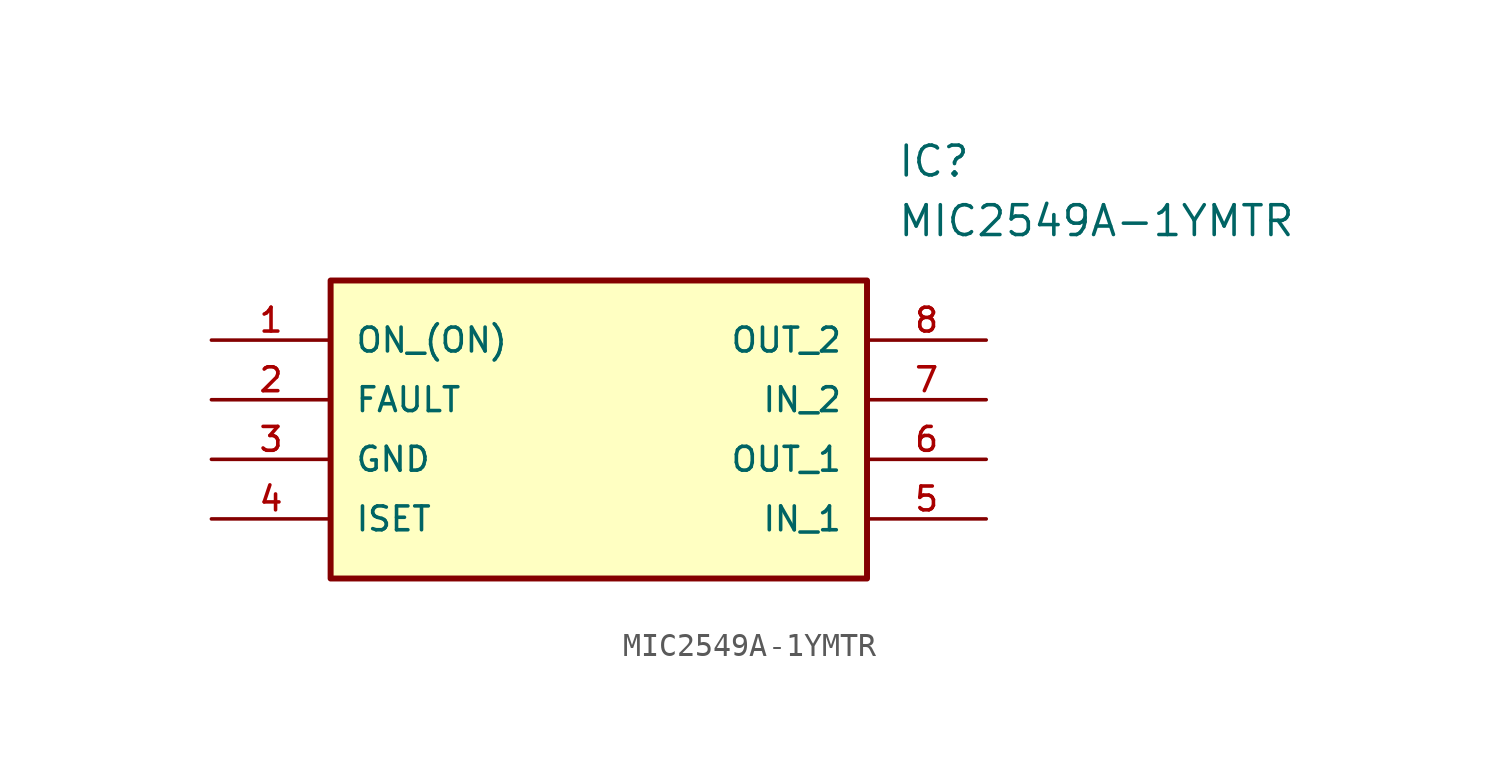
<source format=kicad_sym>
(kicad_symbol_lib
  (version 20211014)
  (generator kicad_symbol_editor)
  (symbol "MIC2549A-1YMTR"
    (pin_names
      (offset 1.016))
    (property "Reference" "IC"
      (at 29.21 7.62 0)
      (effects (font (size 1.27 1.27)) (justify left)))
    (property "Value" "MIC2549A-1YMTR"
      (at 29.21 5.08 0)
      (effects (font (size 1.27 1.27)) (justify left)))
    (symbol "MIC2549A-1YMTR_0_0"
      (rectangle (start 5.08 -10.16) (end 27.94 2.54) (stroke (width 0.254)) (fill (type background)))
      (pin bidirectional line (at 0.0 0.0 0) (length 5.08) (name "ON_(ON)" (effects (font (size 1.016 1.016)))) (number "1" (effects (font (size 1.016 1.016)))))
      (pin bidirectional line (at 0.0 -2.54 0) (length 5.08) (name "FAULT" (effects (font (size 1.016 1.016)))) (number "2" (effects (font (size 1.016 1.016)))))
      (pin bidirectional line (at 0.0 -5.08 0) (length 5.08) (name "GND" (effects (font (size 1.016 1.016)))) (number "3" (effects (font (size 1.016 1.016)))))
      (pin bidirectional line (at 0.0 -7.62 0) (length 5.08) (name "ISET" (effects (font (size 1.016 1.016)))) (number "4" (effects (font (size 1.016 1.016)))))
      (pin bidirectional line (at 33.02 0.0 180.0) (length 5.08) (name "OUT_2" (effects (font (size 1.016 1.016)))) (number "8" (effects (font (size 1.016 1.016)))))
      (pin bidirectional line (at 33.02 -2.54 180.0) (length 5.08) (name "IN_2" (effects (font (size 1.016 1.016)))) (number "7" (effects (font (size 1.016 1.016)))))
      (pin bidirectional line (at 33.02 -5.08 180.0) (length 5.08) (name "OUT_1" (effects (font (size 1.016 1.016)))) (number "6" (effects (font (size 1.016 1.016)))))
      (pin bidirectional line (at 33.02 -7.62 180.0) (length 5.08) (name "IN_1" (effects (font (size 1.016 1.016)))) (number "5" (effects (font (size 1.016 1.016))))))))
</source>
